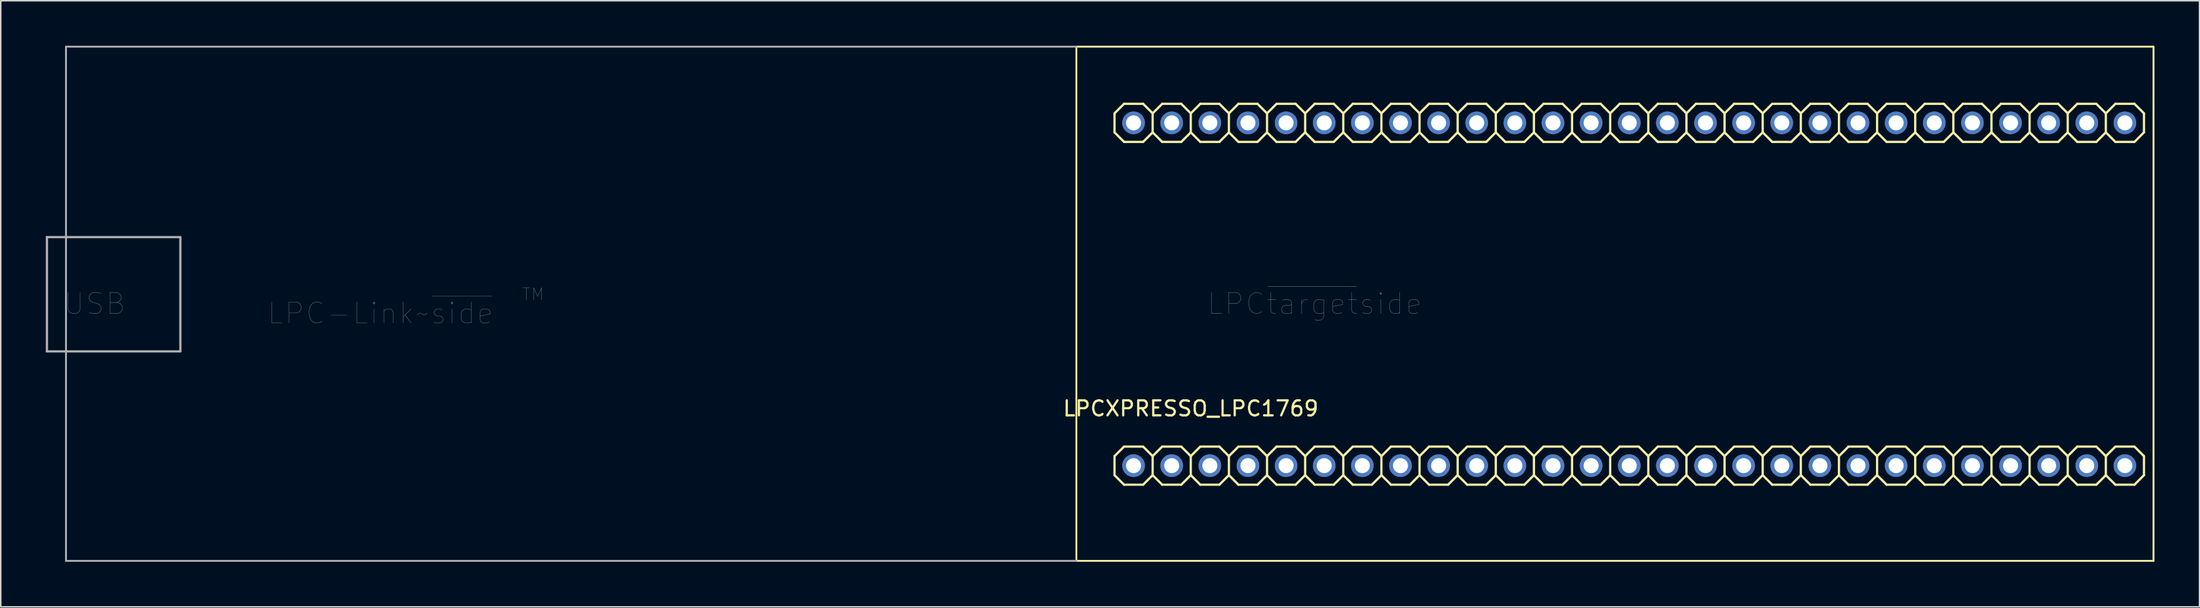
<source format=kicad_pcb>
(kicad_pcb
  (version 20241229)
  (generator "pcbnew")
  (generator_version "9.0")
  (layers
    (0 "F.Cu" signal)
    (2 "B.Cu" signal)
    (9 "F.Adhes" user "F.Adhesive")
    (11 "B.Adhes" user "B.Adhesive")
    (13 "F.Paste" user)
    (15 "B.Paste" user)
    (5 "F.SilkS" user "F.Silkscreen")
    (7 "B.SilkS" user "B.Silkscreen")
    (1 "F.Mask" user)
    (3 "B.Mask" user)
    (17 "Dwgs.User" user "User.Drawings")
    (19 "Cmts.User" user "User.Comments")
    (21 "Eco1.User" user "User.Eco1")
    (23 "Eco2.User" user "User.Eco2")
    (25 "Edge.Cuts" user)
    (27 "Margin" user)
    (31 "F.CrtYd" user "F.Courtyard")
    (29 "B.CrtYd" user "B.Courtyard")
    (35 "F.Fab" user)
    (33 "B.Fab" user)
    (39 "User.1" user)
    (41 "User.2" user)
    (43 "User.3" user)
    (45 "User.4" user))
  (footprint "LPCXPRESSO_LPC1769"
    (layer "F.Cu")
    (at 38.811 22.288)
    (property "Reference" "LPCXPRESSO_LPC1769" (at 37.465 1.905 180) (layer "F.SilkS") (effects (font (size 1 1) (thickness 0.15))))
    (attr through_hole)
    (fp_line (start 29.845 -22.225) (end 101.6 -22.225) (stroke (width 0.127) (type solid)) (layer "F.SilkS"))
    (fp_line (start 29.845 12.065) (end 29.845 -22.225) (stroke (width 0.12) (type solid)) (layer "F.SilkS"))
    (fp_line (start 32.385 -17.78) (end 33.02 -18.415) (stroke (width 0.152) (type solid)) (layer "F.SilkS"))
    (fp_line (start 32.385 -16.51) (end 32.385 -17.78) (stroke (width 0.152) (type solid)) (layer "F.SilkS"))
    (fp_line (start 32.385 -16.51) (end 33.02 -15.875) (stroke (width 0.152) (type solid)) (layer "F.SilkS"))
    (fp_line (start 32.385 5.08) (end 33.02 4.445) (stroke (width 0.152) (type solid)) (layer "F.SilkS"))
    (fp_line (start 32.385 6.35) (end 32.385 5.08) (stroke (width 0.152) (type solid)) (layer "F.SilkS"))
    (fp_line (start 32.385 6.35) (end 33.02 6.985) (stroke (width 0.152) (type solid)) (layer "F.SilkS"))
    (fp_line (start 33.02 -18.415) (end 34.29 -18.415) (stroke (width 0.152) (type solid)) (layer "F.SilkS"))
    (fp_line (start 33.02 -15.875) (end 34.29 -15.875) (stroke (width 0.152) (type solid)) (layer "F.SilkS"))
    (fp_line (start 33.02 4.445) (end 34.29 4.445) (stroke (width 0.152) (type solid)) (layer "F.SilkS"))
    (fp_line (start 33.02 6.985) (end 34.29 6.985) (stroke (width 0.152) (type solid)) (layer "F.SilkS"))
    (fp_line (start 34.29 -18.415) (end 34.925 -17.78) (stroke (width 0.152) (type solid)) (layer "F.SilkS"))
    (fp_line (start 34.29 -15.875) (end 34.925 -16.51) (stroke (width 0.152) (type solid)) (layer "F.SilkS"))
    (fp_line (start 34.29 4.445) (end 34.925 5.08) (stroke (width 0.152) (type solid)) (layer "F.SilkS"))
    (fp_line (start 34.29 6.985) (end 34.925 6.35) (stroke (width 0.152) (type solid)) (layer "F.SilkS"))
    (fp_line (start 34.925 -17.78) (end 34.925 -16.51) (stroke (width 0.152) (type solid)) (layer "F.SilkS"))
    (fp_line (start 34.925 -17.78) (end 35.56 -18.415) (stroke (width 0.152) (type solid)) (layer "F.SilkS"))
    (fp_line (start 34.925 -16.51) (end 35.56 -15.875) (stroke (width 0.152) (type solid)) (layer "F.SilkS"))
    (fp_line (start 34.925 5.08) (end 34.925 6.35) (stroke (width 0.152) (type solid)) (layer "F.SilkS"))
    (fp_line (start 34.925 5.08) (end 35.56 4.445) (stroke (width 0.152) (type solid)) (layer "F.SilkS"))
    (fp_line (start 34.925 6.35) (end 35.56 6.985) (stroke (width 0.152) (type solid)) (layer "F.SilkS"))
    (fp_line (start 35.56 -18.415) (end 36.83 -18.415) (stroke (width 0.152) (type solid)) (layer "F.SilkS"))
    (fp_line (start 35.56 -15.875) (end 36.83 -15.875) (stroke (width 0.152) (type solid)) (layer "F.SilkS"))
    (fp_line (start 35.56 4.445) (end 36.83 4.445) (stroke (width 0.152) (type solid)) (layer "F.SilkS"))
    (fp_line (start 35.56 6.985) (end 36.83 6.985) (stroke (width 0.152) (type solid)) (layer "F.SilkS"))
    (fp_line (start 36.83 -18.415) (end 37.465 -17.78) (stroke (width 0.152) (type solid)) (layer "F.SilkS"))
    (fp_line (start 36.83 -15.875) (end 37.465 -16.51) (stroke (width 0.152) (type solid)) (layer "F.SilkS"))
    (fp_line (start 36.83 4.445) (end 37.465 5.08) (stroke (width 0.152) (type solid)) (layer "F.SilkS"))
    (fp_line (start 36.83 6.985) (end 37.465 6.35) (stroke (width 0.152) (type solid)) (layer "F.SilkS"))
    (fp_line (start 37.465 -17.78) (end 37.465 -16.51) (stroke (width 0.152) (type solid)) (layer "F.SilkS"))
    (fp_line (start 37.465 -17.78) (end 38.1 -18.415) (stroke (width 0.152) (type solid)) (layer "F.SilkS"))
    (fp_line (start 37.465 -16.51) (end 38.1 -15.875) (stroke (width 0.152) (type solid)) (layer "F.SilkS"))
    (fp_line (start 37.465 5.08) (end 37.465 6.35) (stroke (width 0.152) (type solid)) (layer "F.SilkS"))
    (fp_line (start 37.465 5.08) (end 38.1 4.445) (stroke (width 0.152) (type solid)) (layer "F.SilkS"))
    (fp_line (start 37.465 6.35) (end 38.1 6.985) (stroke (width 0.152) (type solid)) (layer "F.SilkS"))
    (fp_line (start 38.1 -18.415) (end 39.37 -18.415) (stroke (width 0.152) (type solid)) (layer "F.SilkS"))
    (fp_line (start 38.1 -15.875) (end 39.37 -15.875) (stroke (width 0.152) (type solid)) (layer "F.SilkS"))
    (fp_line (start 38.1 4.445) (end 39.37 4.445) (stroke (width 0.152) (type solid)) (layer "F.SilkS"))
    (fp_line (start 38.1 6.985) (end 39.37 6.985) (stroke (width 0.152) (type solid)) (layer "F.SilkS"))
    (fp_line (start 39.37 -18.415) (end 40.005 -17.78) (stroke (width 0.152) (type solid)) (layer "F.SilkS"))
    (fp_line (start 39.37 -15.875) (end 40.005 -16.51) (stroke (width 0.152) (type solid)) (layer "F.SilkS"))
    (fp_line (start 39.37 4.445) (end 40.005 5.08) (stroke (width 0.152) (type solid)) (layer "F.SilkS"))
    (fp_line (start 39.37 6.985) (end 40.005 6.35) (stroke (width 0.152) (type solid)) (layer "F.SilkS"))
    (fp_line (start 40.005 -17.78) (end 40.005 -16.51) (stroke (width 0.152) (type solid)) (layer "F.SilkS"))
    (fp_line (start 40.005 -17.78) (end 40.64 -18.415) (stroke (width 0.152) (type solid)) (layer "F.SilkS"))
    (fp_line (start 40.005 -16.51) (end 40.64 -15.875) (stroke (width 0.152) (type solid)) (layer "F.SilkS"))
    (fp_line (start 40.005 5.08) (end 40.005 6.35) (stroke (width 0.152) (type solid)) (layer "F.SilkS"))
    (fp_line (start 40.005 5.08) (end 40.64 4.445) (stroke (width 0.152) (type solid)) (layer "F.SilkS"))
    (fp_line (start 40.005 6.35) (end 40.64 6.985) (stroke (width 0.152) (type solid)) (layer "F.SilkS"))
    (fp_line (start 40.64 -18.415) (end 41.91 -18.415) (stroke (width 0.152) (type solid)) (layer "F.SilkS"))
    (fp_line (start 40.64 -15.875) (end 41.91 -15.875) (stroke (width 0.152) (type solid)) (layer "F.SilkS"))
    (fp_line (start 40.64 4.445) (end 41.91 4.445) (stroke (width 0.152) (type solid)) (layer "F.SilkS"))
    (fp_line (start 40.64 6.985) (end 41.91 6.985) (stroke (width 0.152) (type solid)) (layer "F.SilkS"))
    (fp_line (start 41.91 -18.415) (end 42.545 -17.78) (stroke (width 0.152) (type solid)) (layer "F.SilkS"))
    (fp_line (start 41.91 -15.875) (end 42.545 -16.51) (stroke (width 0.152) (type solid)) (layer "F.SilkS"))
    (fp_line (start 41.91 4.445) (end 42.545 5.08) (stroke (width 0.152) (type solid)) (layer "F.SilkS"))
    (fp_line (start 41.91 6.985) (end 42.545 6.35) (stroke (width 0.152) (type solid)) (layer "F.SilkS"))
    (fp_line (start 42.545 -17.78) (end 42.545 -16.51) (stroke (width 0.152) (type solid)) (layer "F.SilkS"))
    (fp_line (start 42.545 -17.78) (end 43.18 -18.415) (stroke (width 0.152) (type solid)) (layer "F.SilkS"))
    (fp_line (start 42.545 -16.51) (end 43.18 -15.875) (stroke (width 0.152) (type solid)) (layer "F.SilkS"))
    (fp_line (start 42.545 5.08) (end 42.545 6.35) (stroke (width 0.152) (type solid)) (layer "F.SilkS"))
    (fp_line (start 42.545 5.08) (end 43.18 4.445) (stroke (width 0.152) (type solid)) (layer "F.SilkS"))
    (fp_line (start 42.545 6.35) (end 43.18 6.985) (stroke (width 0.152) (type solid)) (layer "F.SilkS"))
    (fp_line (start 43.18 -18.415) (end 44.45 -18.415) (stroke (width 0.152) (type solid)) (layer "F.SilkS"))
    (fp_line (start 43.18 -15.875) (end 44.45 -15.875) (stroke (width 0.152) (type solid)) (layer "F.SilkS"))
    (fp_line (start 43.18 4.445) (end 44.45 4.445) (stroke (width 0.152) (type solid)) (layer "F.SilkS"))
    (fp_line (start 43.18 6.985) (end 44.45 6.985) (stroke (width 0.152) (type solid)) (layer "F.SilkS"))
    (fp_line (start 44.45 -18.415) (end 45.085 -17.78) (stroke (width 0.152) (type solid)) (layer "F.SilkS"))
    (fp_line (start 44.45 -15.875) (end 45.085 -16.51) (stroke (width 0.152) (type solid)) (layer "F.SilkS"))
    (fp_line (start 44.45 4.445) (end 45.085 5.08) (stroke (width 0.152) (type solid)) (layer "F.SilkS"))
    (fp_line (start 44.45 6.985) (end 45.085 6.35) (stroke (width 0.152) (type solid)) (layer "F.SilkS"))
    (fp_line (start 45.085 -17.78) (end 45.085 -16.51) (stroke (width 0.152) (type solid)) (layer "F.SilkS"))
    (fp_line (start 45.085 -17.78) (end 45.72 -18.415) (stroke (width 0.152) (type solid)) (layer "F.SilkS"))
    (fp_line (start 45.085 -16.51) (end 45.72 -15.875) (stroke (width 0.152) (type solid)) (layer "F.SilkS"))
    (fp_line (start 45.085 5.08) (end 45.085 6.35) (stroke (width 0.152) (type solid)) (layer "F.SilkS"))
    (fp_line (start 45.085 5.08) (end 45.72 4.445) (stroke (width 0.152) (type solid)) (layer "F.SilkS"))
    (fp_line (start 45.085 6.35) (end 45.72 6.985) (stroke (width 0.152) (type solid)) (layer "F.SilkS"))
    (fp_line (start 45.72 -18.415) (end 46.99 -18.415) (stroke (width 0.152) (type solid)) (layer "F.SilkS"))
    (fp_line (start 45.72 -15.875) (end 46.99 -15.875) (stroke (width 0.152) (type solid)) (layer "F.SilkS"))
    (fp_line (start 45.72 4.445) (end 46.99 4.445) (stroke (width 0.152) (type solid)) (layer "F.SilkS"))
    (fp_line (start 45.72 6.985) (end 46.99 6.985) (stroke (width 0.152) (type solid)) (layer "F.SilkS"))
    (fp_line (start 46.99 -18.415) (end 47.625 -17.78) (stroke (width 0.152) (type solid)) (layer "F.SilkS"))
    (fp_line (start 46.99 -15.875) (end 47.625 -16.51) (stroke (width 0.152) (type solid)) (layer "F.SilkS"))
    (fp_line (start 46.99 4.445) (end 47.625 5.08) (stroke (width 0.152) (type solid)) (layer "F.SilkS"))
    (fp_line (start 46.99 6.985) (end 47.625 6.35) (stroke (width 0.152) (type solid)) (layer "F.SilkS"))
    (fp_line (start 47.625 -17.78) (end 47.625 -16.51) (stroke (width 0.152) (type solid)) (layer "F.SilkS"))
    (fp_line (start 47.625 -17.78) (end 48.26 -18.415) (stroke (width 0.152) (type solid)) (layer "F.SilkS"))
    (fp_line (start 47.625 -16.51) (end 48.26 -15.875) (stroke (width 0.152) (type solid)) (layer "F.SilkS"))
    (fp_line (start 47.625 5.08) (end 47.625 6.35) (stroke (width 0.152) (type solid)) (layer "F.SilkS"))
    (fp_line (start 47.625 5.08) (end 48.26 4.445) (stroke (width 0.152) (type solid)) (layer "F.SilkS"))
    (fp_line (start 47.625 6.35) (end 48.26 6.985) (stroke (width 0.152) (type solid)) (layer "F.SilkS"))
    (fp_line (start 48.26 -18.415) (end 49.53 -18.415) (stroke (width 0.152) (type solid)) (layer "F.SilkS"))
    (fp_line (start 48.26 -15.875) (end 49.53 -15.875) (stroke (width 0.152) (type solid)) (layer "F.SilkS"))
    (fp_line (start 48.26 4.445) (end 49.53 4.445) (stroke (width 0.152) (type solid)) (layer "F.SilkS"))
    (fp_line (start 48.26 6.985) (end 49.53 6.985) (stroke (width 0.152) (type solid)) (layer "F.SilkS"))
    (fp_line (start 49.53 -18.415) (end 50.165 -17.78) (stroke (width 0.152) (type solid)) (layer "F.SilkS"))
    (fp_line (start 49.53 4.445) (end 50.165 5.08) (stroke (width 0.152) (type solid)) (layer "F.SilkS"))
    (fp_line (start 50.165 -17.78) (end 50.165 -16.51) (stroke (width 0.152) (type solid)) (layer "F.SilkS"))
    (fp_line (start 50.165 -17.78) (end 50.8 -18.415) (stroke (width 0.152) (type solid)) (layer "F.SilkS"))
    (fp_line (start 50.165 -16.51) (end 49.53 -15.875) (stroke (width 0.152) (type solid)) (layer "F.SilkS"))
    (fp_line (start 50.165 -16.51) (end 50.8 -15.875) (stroke (width 0.152) (type solid)) (layer "F.SilkS"))
    (fp_line (start 50.165 5.08) (end 50.165 6.35) (stroke (width 0.152) (type solid)) (layer "F.SilkS"))
    (fp_line (start 50.165 5.08) (end 50.8 4.445) (stroke (width 0.152) (type solid)) (layer "F.SilkS"))
    (fp_line (start 50.165 6.35) (end 49.53 6.985) (stroke (width 0.152) (type solid)) (layer "F.SilkS"))
    (fp_line (start 50.165 6.35) (end 50.8 6.985) (stroke (width 0.152) (type solid)) (layer "F.SilkS"))
    (fp_line (start 50.8 -18.415) (end 52.07 -18.415) (stroke (width 0.152) (type solid)) (layer "F.SilkS"))
    (fp_line (start 50.8 -15.875) (end 52.07 -15.875) (stroke (width 0.152) (type solid)) (layer "F.SilkS"))
    (fp_line (start 50.8 4.445) (end 52.07 4.445) (stroke (width 0.152) (type solid)) (layer "F.SilkS"))
    (fp_line (start 50.8 6.985) (end 52.07 6.985) (stroke (width 0.152) (type solid)) (layer "F.SilkS"))
    (fp_line (start 52.07 -18.415) (end 52.705 -17.78) (stroke (width 0.152) (type solid)) (layer "F.SilkS"))
    (fp_line (start 52.07 4.445) (end 52.705 5.08) (stroke (width 0.152) (type solid)) (layer "F.SilkS"))
    (fp_line (start 52.705 -17.78) (end 52.705 -16.51) (stroke (width 0.152) (type solid)) (layer "F.SilkS"))
    (fp_line (start 52.705 -17.78) (end 53.34 -18.415) (stroke (width 0.152) (type solid)) (layer "F.SilkS"))
    (fp_line (start 52.705 -16.51) (end 52.07 -15.875) (stroke (width 0.152) (type solid)) (layer "F.SilkS"))
    (fp_line (start 52.705 -16.51) (end 53.34 -15.875) (stroke (width 0.152) (type solid)) (layer "F.SilkS"))
    (fp_line (start 52.705 5.08) (end 52.705 6.35) (stroke (width 0.152) (type solid)) (layer "F.SilkS"))
    (fp_line (start 52.705 5.08) (end 53.34 4.445) (stroke (width 0.152) (type solid)) (layer "F.SilkS"))
    (fp_line (start 52.705 6.35) (end 52.07 6.985) (stroke (width 0.152) (type solid)) (layer "F.SilkS"))
    (fp_line (start 52.705 6.35) (end 53.34 6.985) (stroke (width 0.152) (type solid)) (layer "F.SilkS"))
    (fp_line (start 53.34 -18.415) (end 54.61 -18.415) (stroke (width 0.152) (type solid)) (layer "F.SilkS"))
    (fp_line (start 53.34 -15.875) (end 54.61 -15.875) (stroke (width 0.152) (type solid)) (layer "F.SilkS"))
    (fp_line (start 53.34 4.445) (end 54.61 4.445) (stroke (width 0.152) (type solid)) (layer "F.SilkS"))
    (fp_line (start 53.34 6.985) (end 54.61 6.985) (stroke (width 0.152) (type solid)) (layer "F.SilkS"))
    (fp_line (start 54.61 -18.415) (end 55.245 -17.78) (stroke (width 0.152) (type solid)) (layer "F.SilkS"))
    (fp_line (start 54.61 4.445) (end 55.245 5.08) (stroke (width 0.152) (type solid)) (layer "F.SilkS"))
    (fp_line (start 55.245 -17.78) (end 55.245 -16.51) (stroke (width 0.152) (type solid)) (layer "F.SilkS"))
    (fp_line (start 55.245 -17.78) (end 55.88 -18.415) (stroke (width 0.152) (type solid)) (layer "F.SilkS"))
    (fp_line (start 55.245 -16.51) (end 54.61 -15.875) (stroke (width 0.152) (type solid)) (layer "F.SilkS"))
    (fp_line (start 55.245 -16.51) (end 55.88 -15.875) (stroke (width 0.152) (type solid)) (layer "F.SilkS"))
    (fp_line (start 55.245 5.08) (end 55.245 6.35) (stroke (width 0.152) (type solid)) (layer "F.SilkS"))
    (fp_line (start 55.245 5.08) (end 55.88 4.445) (stroke (width 0.152) (type solid)) (layer "F.SilkS"))
    (fp_line (start 55.245 6.35) (end 54.61 6.985) (stroke (width 0.152) (type solid)) (layer "F.SilkS"))
    (fp_line (start 55.245 6.35) (end 55.88 6.985) (stroke (width 0.152) (type solid)) (layer "F.SilkS"))
    (fp_line (start 55.88 -18.415) (end 57.15 -18.415) (stroke (width 0.152) (type solid)) (layer "F.SilkS"))
    (fp_line (start 55.88 -15.875) (end 57.15 -15.875) (stroke (width 0.152) (type solid)) (layer "F.SilkS"))
    (fp_line (start 55.88 4.445) (end 57.15 4.445) (stroke (width 0.152) (type solid)) (layer "F.SilkS"))
    (fp_line (start 55.88 6.985) (end 57.15 6.985) (stroke (width 0.152) (type solid)) (layer "F.SilkS"))
    (fp_line (start 57.15 -18.415) (end 57.785 -17.78) (stroke (width 0.152) (type solid)) (layer "F.SilkS"))
    (fp_line (start 57.15 4.445) (end 57.785 5.08) (stroke (width 0.152) (type solid)) (layer "F.SilkS"))
    (fp_line (start 57.785 -17.78) (end 57.785 -16.51) (stroke (width 0.152) (type solid)) (layer "F.SilkS"))
    (fp_line (start 57.785 -17.78) (end 58.42 -18.415) (stroke (width 0.152) (type solid)) (layer "F.SilkS"))
    (fp_line (start 57.785 -16.51) (end 57.15 -15.875) (stroke (width 0.152) (type solid)) (layer "F.SilkS"))
    (fp_line (start 57.785 -16.51) (end 58.42 -15.875) (stroke (width 0.152) (type solid)) (layer "F.SilkS"))
    (fp_line (start 57.785 5.08) (end 57.785 6.35) (stroke (width 0.152) (type solid)) (layer "F.SilkS"))
    (fp_line (start 57.785 5.08) (end 58.42 4.445) (stroke (width 0.152) (type solid)) (layer "F.SilkS"))
    (fp_line (start 57.785 6.35) (end 57.15 6.985) (stroke (width 0.152) (type solid)) (layer "F.SilkS"))
    (fp_line (start 57.785 6.35) (end 58.42 6.985) (stroke (width 0.152) (type solid)) (layer "F.SilkS"))
    (fp_line (start 58.42 -18.415) (end 59.69 -18.415) (stroke (width 0.152) (type solid)) (layer "F.SilkS"))
    (fp_line (start 58.42 -15.875) (end 59.69 -15.875) (stroke (width 0.152) (type solid)) (layer "F.SilkS"))
    (fp_line (start 58.42 4.445) (end 59.69 4.445) (stroke (width 0.152) (type solid)) (layer "F.SilkS"))
    (fp_line (start 58.42 6.985) (end 59.69 6.985) (stroke (width 0.152) (type solid)) (layer "F.SilkS"))
    (fp_line (start 59.69 -18.415) (end 60.325 -17.78) (stroke (width 0.152) (type solid)) (layer "F.SilkS"))
    (fp_line (start 59.69 -15.875) (end 60.325 -16.51) (stroke (width 0.152) (type solid)) (layer "F.SilkS"))
    (fp_line (start 59.69 4.445) (end 60.325 5.08) (stroke (width 0.152) (type solid)) (layer "F.SilkS"))
    (fp_line (start 59.69 6.985) (end 60.325 6.35) (stroke (width 0.152) (type solid)) (layer "F.SilkS"))
    (fp_line (start 60.325 -17.78) (end 60.325 -16.51) (stroke (width 0.152) (type solid)) (layer "F.SilkS"))
    (fp_line (start 60.325 -17.78) (end 60.96 -18.415) (stroke (width 0.152) (type solid)) (layer "F.SilkS"))
    (fp_line (start 60.325 -16.51) (end 60.96 -15.875) (stroke (width 0.152) (type solid)) (layer "F.SilkS"))
    (fp_line (start 60.325 5.08) (end 60.325 6.35) (stroke (width 0.152) (type solid)) (layer "F.SilkS"))
    (fp_line (start 60.325 5.08) (end 60.96 4.445) (stroke (width 0.152) (type solid)) (layer "F.SilkS"))
    (fp_line (start 60.325 6.35) (end 60.96 6.985) (stroke (width 0.152) (type solid)) (layer "F.SilkS"))
    (fp_line (start 60.96 -18.415) (end 62.23 -18.415) (stroke (width 0.152) (type solid)) (layer "F.SilkS"))
    (fp_line (start 60.96 -15.875) (end 62.23 -15.875) (stroke (width 0.152) (type solid)) (layer "F.SilkS"))
    (fp_line (start 60.96 4.445) (end 62.23 4.445) (stroke (width 0.152) (type solid)) (layer "F.SilkS"))
    (fp_line (start 60.96 6.985) (end 62.23 6.985) (stroke (width 0.152) (type solid)) (layer "F.SilkS"))
    (fp_line (start 62.23 -18.415) (end 62.865 -17.78) (stroke (width 0.152) (type solid)) (layer "F.SilkS"))
    (fp_line (start 62.23 -15.875) (end 62.865 -16.51) (stroke (width 0.152) (type solid)) (layer "F.SilkS"))
    (fp_line (start 62.23 4.445) (end 62.865 5.08) (stroke (width 0.152) (type solid)) (layer "F.SilkS"))
    (fp_line (start 62.23 6.985) (end 62.865 6.35) (stroke (width 0.152) (type solid)) (layer "F.SilkS"))
    (fp_line (start 62.865 -17.78) (end 62.865 -16.51) (stroke (width 0.152) (type solid)) (layer "F.SilkS"))
    (fp_line (start 62.865 -17.78) (end 63.5 -18.415) (stroke (width 0.152) (type solid)) (layer "F.SilkS"))
    (fp_line (start 62.865 -16.51) (end 63.5 -15.875) (stroke (width 0.152) (type solid)) (layer "F.SilkS"))
    (fp_line (start 62.865 5.08) (end 62.865 6.35) (stroke (width 0.152) (type solid)) (layer "F.SilkS"))
    (fp_line (start 62.865 5.08) (end 63.5 4.445) (stroke (width 0.152) (type solid)) (layer "F.SilkS"))
    (fp_line (start 62.865 6.35) (end 63.5 6.985) (stroke (width 0.152) (type solid)) (layer "F.SilkS"))
    (fp_line (start 63.5 -18.415) (end 64.77 -18.415) (stroke (width 0.152) (type solid)) (layer "F.SilkS"))
    (fp_line (start 63.5 -15.875) (end 64.77 -15.875) (stroke (width 0.152) (type solid)) (layer "F.SilkS"))
    (fp_line (start 63.5 4.445) (end 64.77 4.445) (stroke (width 0.152) (type solid)) (layer "F.SilkS"))
    (fp_line (start 63.5 6.985) (end 64.77 6.985) (stroke (width 0.152) (type solid)) (layer "F.SilkS"))
    (fp_line (start 64.77 -18.415) (end 65.405 -17.78) (stroke (width 0.152) (type solid)) (layer "F.SilkS"))
    (fp_line (start 64.77 -15.875) (end 65.405 -16.51) (stroke (width 0.152) (type solid)) (layer "F.SilkS"))
    (fp_line (start 64.77 4.445) (end 65.405 5.08) (stroke (width 0.152) (type solid)) (layer "F.SilkS"))
    (fp_line (start 64.77 6.985) (end 65.405 6.35) (stroke (width 0.152) (type solid)) (layer "F.SilkS"))
    (fp_line (start 65.405 -17.78) (end 65.405 -16.51) (stroke (width 0.152) (type solid)) (layer "F.SilkS"))
    (fp_line (start 65.405 -17.78) (end 66.04 -18.415) (stroke (width 0.152) (type solid)) (layer "F.SilkS"))
    (fp_line (start 65.405 -16.51) (end 66.04 -15.875) (stroke (width 0.152) (type solid)) (layer "F.SilkS"))
    (fp_line (start 65.405 5.08) (end 65.405 6.35) (stroke (width 0.152) (type solid)) (layer "F.SilkS"))
    (fp_line (start 65.405 5.08) (end 66.04 4.445) (stroke (width 0.152) (type solid)) (layer "F.SilkS"))
    (fp_line (start 65.405 6.35) (end 66.04 6.985) (stroke (width 0.152) (type solid)) (layer "F.SilkS"))
    (fp_line (start 66.04 -18.415) (end 67.31 -18.415) (stroke (width 0.152) (type solid)) (layer "F.SilkS"))
    (fp_line (start 66.04 -15.875) (end 67.31 -15.875) (stroke (width 0.152) (type solid)) (layer "F.SilkS"))
    (fp_line (start 66.04 4.445) (end 67.31 4.445) (stroke (width 0.152) (type solid)) (layer "F.SilkS"))
    (fp_line (start 66.04 6.985) (end 67.31 6.985) (stroke (width 0.152) (type solid)) (layer "F.SilkS"))
    (fp_line (start 67.31 -18.415) (end 67.945 -17.78) (stroke (width 0.152) (type solid)) (layer "F.SilkS"))
    (fp_line (start 67.31 -15.875) (end 67.945 -16.51) (stroke (width 0.152) (type solid)) (layer "F.SilkS"))
    (fp_line (start 67.31 4.445) (end 67.945 5.08) (stroke (width 0.152) (type solid)) (layer "F.SilkS"))
    (fp_line (start 67.31 6.985) (end 67.945 6.35) (stroke (width 0.152) (type solid)) (layer "F.SilkS"))
    (fp_line (start 67.945 -17.78) (end 67.945 -16.51) (stroke (width 0.152) (type solid)) (layer "F.SilkS"))
    (fp_line (start 67.945 -17.78) (end 68.58 -18.415) (stroke (width 0.152) (type solid)) (layer "F.SilkS"))
    (fp_line (start 67.945 -16.51) (end 68.58 -15.875) (stroke (width 0.152) (type solid)) (layer "F.SilkS"))
    (fp_line (start 67.945 5.08) (end 67.945 6.35) (stroke (width 0.152) (type solid)) (layer "F.SilkS"))
    (fp_line (start 67.945 5.08) (end 68.58 4.445) (stroke (width 0.152) (type solid)) (layer "F.SilkS"))
    (fp_line (start 67.945 6.35) (end 68.58 6.985) (stroke (width 0.152) (type solid)) (layer "F.SilkS"))
    (fp_line (start 68.58 -18.415) (end 69.85 -18.415) (stroke (width 0.152) (type solid)) (layer "F.SilkS"))
    (fp_line (start 68.58 -15.875) (end 69.85 -15.875) (stroke (width 0.152) (type solid)) (layer "F.SilkS"))
    (fp_line (start 68.58 4.445) (end 69.85 4.445) (stroke (width 0.152) (type solid)) (layer "F.SilkS"))
    (fp_line (start 68.58 6.985) (end 69.85 6.985) (stroke (width 0.152) (type solid)) (layer "F.SilkS"))
    (fp_line (start 69.85 -18.415) (end 70.485 -17.78) (stroke (width 0.152) (type solid)) (layer "F.SilkS"))
    (fp_line (start 69.85 -15.875) (end 70.485 -16.51) (stroke (width 0.152) (type solid)) (layer "F.SilkS"))
    (fp_line (start 69.85 4.445) (end 70.485 5.08) (stroke (width 0.152) (type solid)) (layer "F.SilkS"))
    (fp_line (start 69.85 6.985) (end 70.485 6.35) (stroke (width 0.152) (type solid)) (layer "F.SilkS"))
    (fp_line (start 70.485 -17.78) (end 70.485 -16.51) (stroke (width 0.152) (type solid)) (layer "F.SilkS"))
    (fp_line (start 70.485 -17.78) (end 71.12 -18.415) (stroke (width 0.152) (type solid)) (layer "F.SilkS"))
    (fp_line (start 70.485 -16.51) (end 71.12 -15.875) (stroke (width 0.152) (type solid)) (layer "F.SilkS"))
    (fp_line (start 70.485 5.08) (end 70.485 6.35) (stroke (width 0.152) (type solid)) (layer "F.SilkS"))
    (fp_line (start 70.485 5.08) (end 71.12 4.445) (stroke (width 0.152) (type solid)) (layer "F.SilkS"))
    (fp_line (start 70.485 6.35) (end 71.12 6.985) (stroke (width 0.152) (type solid)) (layer "F.SilkS"))
    (fp_line (start 71.12 -18.415) (end 72.39 -18.415) (stroke (width 0.152) (type solid)) (layer "F.SilkS"))
    (fp_line (start 71.12 -15.875) (end 72.39 -15.875) (stroke (width 0.152) (type solid)) (layer "F.SilkS"))
    (fp_line (start 71.12 4.445) (end 72.39 4.445) (stroke (width 0.152) (type solid)) (layer "F.SilkS"))
    (fp_line (start 71.12 6.985) (end 72.39 6.985) (stroke (width 0.152) (type solid)) (layer "F.SilkS"))
    (fp_line (start 72.39 -18.415) (end 73.025 -17.78) (stroke (width 0.152) (type solid)) (layer "F.SilkS"))
    (fp_line (start 72.39 -15.875) (end 73.025 -16.51) (stroke (width 0.152) (type solid)) (layer "F.SilkS"))
    (fp_line (start 72.39 4.445) (end 73.025 5.08) (stroke (width 0.152) (type solid)) (layer "F.SilkS"))
    (fp_line (start 72.39 6.985) (end 73.025 6.35) (stroke (width 0.152) (type solid)) (layer "F.SilkS"))
    (fp_line (start 73.025 -17.78) (end 73.025 -16.51) (stroke (width 0.152) (type solid)) (layer "F.SilkS"))
    (fp_line (start 73.025 -17.78) (end 73.66 -18.415) (stroke (width 0.152) (type solid)) (layer "F.SilkS"))
    (fp_line (start 73.025 -16.51) (end 73.66 -15.875) (stroke (width 0.152) (type solid)) (layer "F.SilkS"))
    (fp_line (start 73.025 5.08) (end 73.025 6.35) (stroke (width 0.152) (type solid)) (layer "F.SilkS"))
    (fp_line (start 73.025 5.08) (end 73.66 4.445) (stroke (width 0.152) (type solid)) (layer "F.SilkS"))
    (fp_line (start 73.025 6.35) (end 73.66 6.985) (stroke (width 0.152) (type solid)) (layer "F.SilkS"))
    (fp_line (start 73.66 -18.415) (end 74.93 -18.415) (stroke (width 0.152) (type solid)) (layer "F.SilkS"))
    (fp_line (start 73.66 -15.875) (end 74.93 -15.875) (stroke (width 0.152) (type solid)) (layer "F.SilkS"))
    (fp_line (start 73.66 4.445) (end 74.93 4.445) (stroke (width 0.152) (type solid)) (layer "F.SilkS"))
    (fp_line (start 73.66 6.985) (end 74.93 6.985) (stroke (width 0.152) (type solid)) (layer "F.SilkS"))
    (fp_line (start 74.93 -18.415) (end 75.565 -17.78) (stroke (width 0.152) (type solid)) (layer "F.SilkS"))
    (fp_line (start 74.93 4.445) (end 75.565 5.08) (stroke (width 0.152) (type solid)) (layer "F.SilkS"))
    (fp_line (start 75.565 -17.78) (end 75.565 -16.51) (stroke (width 0.152) (type solid)) (layer "F.SilkS"))
    (fp_line (start 75.565 -17.78) (end 76.2 -18.415) (stroke (width 0.152) (type solid)) (layer "F.SilkS"))
    (fp_line (start 75.565 -16.51) (end 74.93 -15.875) (stroke (width 0.152) (type solid)) (layer "F.SilkS"))
    (fp_line (start 75.565 -16.51) (end 76.2 -15.875) (stroke (width 0.152) (type solid)) (layer "F.SilkS"))
    (fp_line (start 75.565 5.08) (end 75.565 6.35) (stroke (width 0.152) (type solid)) (layer "F.SilkS"))
    (fp_line (start 75.565 5.08) (end 76.2 4.445) (stroke (width 0.152) (type solid)) (layer "F.SilkS"))
    (fp_line (start 75.565 6.35) (end 74.93 6.985) (stroke (width 0.152) (type solid)) (layer "F.SilkS"))
    (fp_line (start 75.565 6.35) (end 76.2 6.985) (stroke (width 0.152) (type solid)) (layer "F.SilkS"))
    (fp_line (start 76.2 -18.415) (end 77.47 -18.415) (stroke (width 0.152) (type solid)) (layer "F.SilkS"))
    (fp_line (start 76.2 -15.875) (end 77.47 -15.875) (stroke (width 0.152) (type solid)) (layer "F.SilkS"))
    (fp_line (start 76.2 4.445) (end 77.47 4.445) (stroke (width 0.152) (type solid)) (layer "F.SilkS"))
    (fp_line (start 76.2 6.985) (end 77.47 6.985) (stroke (width 0.152) (type solid)) (layer "F.SilkS"))
    (fp_line (start 77.47 -18.415) (end 78.105 -17.78) (stroke (width 0.152) (type solid)) (layer "F.SilkS"))
    (fp_line (start 77.47 4.445) (end 78.105 5.08) (stroke (width 0.152) (type solid)) (layer "F.SilkS"))
    (fp_line (start 78.105 -17.78) (end 78.105 -16.51) (stroke (width 0.152) (type solid)) (layer "F.SilkS"))
    (fp_line (start 78.105 -17.78) (end 78.74 -18.415) (stroke (width 0.152) (type solid)) (layer "F.SilkS"))
    (fp_line (start 78.105 -16.51) (end 77.47 -15.875) (stroke (width 0.152) (type solid)) (layer "F.SilkS"))
    (fp_line (start 78.105 -16.51) (end 78.74 -15.875) (stroke (width 0.152) (type solid)) (layer "F.SilkS"))
    (fp_line (start 78.105 5.08) (end 78.105 6.35) (stroke (width 0.152) (type solid)) (layer "F.SilkS"))
    (fp_line (start 78.105 5.08) (end 78.74 4.445) (stroke (width 0.152) (type solid)) (layer "F.SilkS"))
    (fp_line (start 78.105 6.35) (end 77.47 6.985) (stroke (width 0.152) (type solid)) (layer "F.SilkS"))
    (fp_line (start 78.105 6.35) (end 78.74 6.985) (stroke (width 0.152) (type solid)) (layer "F.SilkS"))
    (fp_line (start 78.74 -18.415) (end 80.01 -18.415) (stroke (width 0.152) (type solid)) (layer "F.SilkS"))
    (fp_line (start 78.74 -15.875) (end 80.01 -15.875) (stroke (width 0.152) (type solid)) (layer "F.SilkS"))
    (fp_line (start 78.74 4.445) (end 80.01 4.445) (stroke (width 0.152) (type solid)) (layer "F.SilkS"))
    (fp_line (start 78.74 6.985) (end 80.01 6.985) (stroke (width 0.152) (type solid)) (layer "F.SilkS"))
    (fp_line (start 80.01 -18.415) (end 80.645 -17.78) (stroke (width 0.152) (type solid)) (layer "F.SilkS"))
    (fp_line (start 80.01 4.445) (end 80.645 5.08) (stroke (width 0.152) (type solid)) (layer "F.SilkS"))
    (fp_line (start 80.645 -17.78) (end 80.645 -16.51) (stroke (width 0.152) (type solid)) (layer "F.SilkS"))
    (fp_line (start 80.645 -17.78) (end 81.28 -18.415) (stroke (width 0.152) (type solid)) (layer "F.SilkS"))
    (fp_line (start 80.645 -16.51) (end 80.01 -15.875) (stroke (width 0.152) (type solid)) (layer "F.SilkS"))
    (fp_line (start 80.645 -16.51) (end 81.28 -15.875) (stroke (width 0.152) (type solid)) (layer "F.SilkS"))
    (fp_line (start 80.645 5.08) (end 80.645 6.35) (stroke (width 0.152) (type solid)) (layer "F.SilkS"))
    (fp_line (start 80.645 5.08) (end 81.28 4.445) (stroke (width 0.152) (type solid)) (layer "F.SilkS"))
    (fp_line (start 80.645 6.35) (end 80.01 6.985) (stroke (width 0.152) (type solid)) (layer "F.SilkS"))
    (fp_line (start 80.645 6.35) (end 81.28 6.985) (stroke (width 0.152) (type solid)) (layer "F.SilkS"))
    (fp_line (start 81.28 -18.415) (end 82.55 -18.415) (stroke (width 0.152) (type solid)) (layer "F.SilkS"))
    (fp_line (start 81.28 -15.875) (end 82.55 -15.875) (stroke (width 0.152) (type solid)) (layer "F.SilkS"))
    (fp_line (start 81.28 4.445) (end 82.55 4.445) (stroke (width 0.152) (type solid)) (layer "F.SilkS"))
    (fp_line (start 81.28 6.985) (end 82.55 6.985) (stroke (width 0.152) (type solid)) (layer "F.SilkS"))
    (fp_line (start 82.55 -18.415) (end 83.185 -17.78) (stroke (width 0.152) (type solid)) (layer "F.SilkS"))
    (fp_line (start 82.55 4.445) (end 83.185 5.08) (stroke (width 0.152) (type solid)) (layer "F.SilkS"))
    (fp_line (start 83.185 -17.78) (end 83.185 -16.51) (stroke (width 0.152) (type solid)) (layer "F.SilkS"))
    (fp_line (start 83.185 -17.78) (end 83.82 -18.415) (stroke (width 0.152) (type solid)) (layer "F.SilkS"))
    (fp_line (start 83.185 -16.51) (end 82.55 -15.875) (stroke (width 0.152) (type solid)) (layer "F.SilkS"))
    (fp_line (start 83.185 -16.51) (end 83.82 -15.875) (stroke (width 0.152) (type solid)) (layer "F.SilkS"))
    (fp_line (start 83.185 5.08) (end 83.185 6.35) (stroke (width 0.152) (type solid)) (layer "F.SilkS"))
    (fp_line (start 83.185 5.08) (end 83.82 4.445) (stroke (width 0.152) (type solid)) (layer "F.SilkS"))
    (fp_line (start 83.185 6.35) (end 82.55 6.985) (stroke (width 0.152) (type solid)) (layer "F.SilkS"))
    (fp_line (start 83.185 6.35) (end 83.82 6.985) (stroke (width 0.152) (type solid)) (layer "F.SilkS"))
    (fp_line (start 83.82 -18.415) (end 85.09 -18.415) (stroke (width 0.152) (type solid)) (layer "F.SilkS"))
    (fp_line (start 83.82 -15.875) (end 85.09 -15.875) (stroke (width 0.152) (type solid)) (layer "F.SilkS"))
    (fp_line (start 83.82 4.445) (end 85.09 4.445) (stroke (width 0.152) (type solid)) (layer "F.SilkS"))
    (fp_line (start 83.82 6.985) (end 85.09 6.985) (stroke (width 0.152) (type solid)) (layer "F.SilkS"))
    (fp_line (start 85.09 -18.415) (end 85.725 -17.78) (stroke (width 0.152) (type solid)) (layer "F.SilkS"))
    (fp_line (start 85.09 -15.875) (end 85.725 -16.51) (stroke (width 0.152) (type solid)) (layer "F.SilkS"))
    (fp_line (start 85.09 4.445) (end 85.725 5.08) (stroke (width 0.152) (type solid)) (layer "F.SilkS"))
    (fp_line (start 85.09 6.985) (end 85.725 6.35) (stroke (width 0.152) (type solid)) (layer "F.SilkS"))
    (fp_line (start 85.725 -17.78) (end 85.725 -16.51) (stroke (width 0.152) (type solid)) (layer "F.SilkS"))
    (fp_line (start 85.725 -17.78) (end 86.36 -18.415) (stroke (width 0.152) (type solid)) (layer "F.SilkS"))
    (fp_line (start 85.725 -16.51) (end 86.36 -15.875) (stroke (width 0.152) (type solid)) (layer "F.SilkS"))
    (fp_line (start 85.725 5.08) (end 85.725 6.35) (stroke (width 0.152) (type solid)) (layer "F.SilkS"))
    (fp_line (start 85.725 5.08) (end 86.36 4.445) (stroke (width 0.152) (type solid)) (layer "F.SilkS"))
    (fp_line (start 85.725 6.35) (end 86.36 6.985) (stroke (width 0.152) (type solid)) (layer "F.SilkS"))
    (fp_line (start 86.36 -18.415) (end 87.63 -18.415) (stroke (width 0.152) (type solid)) (layer "F.SilkS"))
    (fp_line (start 86.36 -15.875) (end 87.63 -15.875) (stroke (width 0.152) (type solid)) (layer "F.SilkS"))
    (fp_line (start 86.36 4.445) (end 87.63 4.445) (stroke (width 0.152) (type solid)) (layer "F.SilkS"))
    (fp_line (start 86.36 6.985) (end 87.63 6.985) (stroke (width 0.152) (type solid)) (layer "F.SilkS"))
    (fp_line (start 87.63 -18.415) (end 88.265 -17.78) (stroke (width 0.152) (type solid)) (layer "F.SilkS"))
    (fp_line (start 87.63 -15.875) (end 88.265 -16.51) (stroke (width 0.152) (type solid)) (layer "F.SilkS"))
    (fp_line (start 87.63 4.445) (end 88.265 5.08) (stroke (width 0.152) (type solid)) (layer "F.SilkS"))
    (fp_line (start 87.63 6.985) (end 88.265 6.35) (stroke (width 0.152) (type solid)) (layer "F.SilkS"))
    (fp_line (start 88.265 -17.78) (end 88.265 -16.51) (stroke (width 0.152) (type solid)) (layer "F.SilkS"))
    (fp_line (start 88.265 -17.78) (end 88.9 -18.415) (stroke (width 0.152) (type solid)) (layer "F.SilkS"))
    (fp_line (start 88.265 -16.51) (end 88.9 -15.875) (stroke (width 0.152) (type solid)) (layer "F.SilkS"))
    (fp_line (start 88.265 5.08) (end 88.265 6.35) (stroke (width 0.152) (type solid)) (layer "F.SilkS"))
    (fp_line (start 88.265 5.08) (end 88.9 4.445) (stroke (width 0.152) (type solid)) (layer "F.SilkS"))
    (fp_line (start 88.265 6.35) (end 88.9 6.985) (stroke (width 0.152) (type solid)) (layer "F.SilkS"))
    (fp_line (start 88.9 -18.415) (end 90.17 -18.415) (stroke (width 0.152) (type solid)) (layer "F.SilkS"))
    (fp_line (start 88.9 -15.875) (end 90.17 -15.875) (stroke (width 0.152) (type solid)) (layer "F.SilkS"))
    (fp_line (start 88.9 4.445) (end 90.17 4.445) (stroke (width 0.152) (type solid)) (layer "F.SilkS"))
    (fp_line (start 88.9 6.985) (end 90.17 6.985) (stroke (width 0.152) (type solid)) (layer "F.SilkS"))
    (fp_line (start 90.17 -18.415) (end 90.805 -17.78) (stroke (width 0.152) (type solid)) (layer "F.SilkS"))
    (fp_line (start 90.17 -15.875) (end 90.805 -16.51) (stroke (width 0.152) (type solid)) (layer "F.SilkS"))
    (fp_line (start 90.17 4.445) (end 90.805 5.08) (stroke (width 0.152) (type solid)) (layer "F.SilkS"))
    (fp_line (start 90.17 6.985) (end 90.805 6.35) (stroke (width 0.152) (type solid)) (layer "F.SilkS"))
    (fp_line (start 90.805 -17.78) (end 90.805 -16.51) (stroke (width 0.152) (type solid)) (layer "F.SilkS"))
    (fp_line (start 90.805 -17.78) (end 91.44 -18.415) (stroke (width 0.152) (type solid)) (layer "F.SilkS"))
    (fp_line (start 90.805 -16.51) (end 91.44 -15.875) (stroke (width 0.152) (type solid)) (layer "F.SilkS"))
    (fp_line (start 90.805 5.08) (end 90.805 6.35) (stroke (width 0.152) (type solid)) (layer "F.SilkS"))
    (fp_line (start 90.805 5.08) (end 91.44 4.445) (stroke (width 0.152) (type solid)) (layer "F.SilkS"))
    (fp_line (start 90.805 6.35) (end 91.44 6.985) (stroke (width 0.152) (type solid)) (layer "F.SilkS"))
    (fp_line (start 91.44 -18.415) (end 92.71 -18.415) (stroke (width 0.152) (type solid)) (layer "F.SilkS"))
    (fp_line (start 91.44 -15.875) (end 92.71 -15.875) (stroke (width 0.152) (type solid)) (layer "F.SilkS"))
    (fp_line (start 91.44 4.445) (end 92.71 4.445) (stroke (width 0.152) (type solid)) (layer "F.SilkS"))
    (fp_line (start 91.44 6.985) (end 92.71 6.985) (stroke (width 0.152) (type solid)) (layer "F.SilkS"))
    (fp_line (start 92.71 -18.415) (end 93.345 -17.78) (stroke (width 0.152) (type solid)) (layer "F.SilkS"))
    (fp_line (start 92.71 -15.875) (end 93.345 -16.51) (stroke (width 0.152) (type solid)) (layer "F.SilkS"))
    (fp_line (start 92.71 4.445) (end 93.345 5.08) (stroke (width 0.152) (type solid)) (layer "F.SilkS"))
    (fp_line (start 92.71 6.985) (end 93.345 6.35) (stroke (width 0.152) (type solid)) (layer "F.SilkS"))
    (fp_line (start 93.345 -17.78) (end 93.345 -16.51) (stroke (width 0.152) (type solid)) (layer "F.SilkS"))
    (fp_line (start 93.345 -17.78) (end 93.98 -18.415) (stroke (width 0.152) (type solid)) (layer "F.SilkS"))
    (fp_line (start 93.345 -16.51) (end 93.98 -15.875) (stroke (width 0.152) (type solid)) (layer "F.SilkS"))
    (fp_line (start 93.345 5.08) (end 93.345 6.35) (stroke (width 0.152) (type solid)) (layer "F.SilkS"))
    (fp_line (start 93.345 5.08) (end 93.98 4.445) (stroke (width 0.152) (type solid)) (layer "F.SilkS"))
    (fp_line (start 93.345 6.35) (end 93.98 6.985) (stroke (width 0.152) (type solid)) (layer "F.SilkS"))
    (fp_line (start 93.98 -18.415) (end 95.25 -18.415) (stroke (width 0.152) (type solid)) (layer "F.SilkS"))
    (fp_line (start 93.98 -15.875) (end 95.25 -15.875) (stroke (width 0.152) (type solid)) (layer "F.SilkS"))
    (fp_line (start 93.98 4.445) (end 95.25 4.445) (stroke (width 0.152) (type solid)) (layer "F.SilkS"))
    (fp_line (start 93.98 6.985) (end 95.25 6.985) (stroke (width 0.152) (type solid)) (layer "F.SilkS"))
    (fp_line (start 95.25 -18.415) (end 95.885 -17.78) (stroke (width 0.152) (type solid)) (layer "F.SilkS"))
    (fp_line (start 95.25 -15.875) (end 95.885 -16.51) (stroke (width 0.152) (type solid)) (layer "F.SilkS"))
    (fp_line (start 95.25 4.445) (end 95.885 5.08) (stroke (width 0.152) (type solid)) (layer "F.SilkS"))
    (fp_line (start 95.25 6.985) (end 95.885 6.35) (stroke (width 0.152) (type solid)) (layer "F.SilkS"))
    (fp_line (start 95.885 -17.78) (end 95.885 -16.51) (stroke (width 0.152) (type solid)) (layer "F.SilkS"))
    (fp_line (start 95.885 -17.78) (end 96.52 -18.415) (stroke (width 0.152) (type solid)) (layer "F.SilkS"))
    (fp_line (start 95.885 -16.51) (end 96.52 -15.875) (stroke (width 0.152) (type solid)) (layer "F.SilkS"))
    (fp_line (start 95.885 5.08) (end 95.885 6.35) (stroke (width 0.152) (type solid)) (layer "F.SilkS"))
    (fp_line (start 95.885 5.08) (end 96.52 4.445) (stroke (width 0.152) (type solid)) (layer "F.SilkS"))
    (fp_line (start 95.885 6.35) (end 96.52 6.985) (stroke (width 0.152) (type solid)) (layer "F.SilkS"))
    (fp_line (start 96.52 -18.415) (end 97.79 -18.415) (stroke (width 0.152) (type solid)) (layer "F.SilkS"))
    (fp_line (start 96.52 -15.875) (end 97.79 -15.875) (stroke (width 0.152) (type solid)) (layer "F.SilkS"))
    (fp_line (start 96.52 4.445) (end 97.79 4.445) (stroke (width 0.152) (type solid)) (layer "F.SilkS"))
    (fp_line (start 96.52 6.985) (end 97.79 6.985) (stroke (width 0.152) (type solid)) (layer "F.SilkS"))
    (fp_line (start 97.79 -18.415) (end 98.425 -17.78) (stroke (width 0.152) (type solid)) (layer "F.SilkS"))
    (fp_line (start 97.79 -15.875) (end 98.425 -16.51) (stroke (width 0.152) (type solid)) (layer "F.SilkS"))
    (fp_line (start 97.79 4.445) (end 98.425 5.08) (stroke (width 0.152) (type solid)) (layer "F.SilkS"))
    (fp_line (start 97.79 6.985) (end 98.425 6.35) (stroke (width 0.152) (type solid)) (layer "F.SilkS"))
    (fp_line (start 98.425 -17.78) (end 98.425 -16.51) (stroke (width 0.152) (type solid)) (layer "F.SilkS"))
    (fp_line (start 98.425 -17.78) (end 99.06 -18.415) (stroke (width 0.152) (type solid)) (layer "F.SilkS"))
    (fp_line (start 98.425 -16.51) (end 99.06 -15.875) (stroke (width 0.152) (type solid)) (layer "F.SilkS"))
    (fp_line (start 98.425 5.08) (end 98.425 6.35) (stroke (width 0.152) (type solid)) (layer "F.SilkS"))
    (fp_line (start 98.425 5.08) (end 99.06 4.445) (stroke (width 0.152) (type solid)) (layer "F.SilkS"))
    (fp_line (start 98.425 6.35) (end 99.06 6.985) (stroke (width 0.152) (type solid)) (layer "F.SilkS"))
    (fp_line (start 99.06 -18.415) (end 100.33 -18.415) (stroke (width 0.152) (type solid)) (layer "F.SilkS"))
    (fp_line (start 99.06 -15.875) (end 100.33 -15.875) (stroke (width 0.152) (type solid)) (layer "F.SilkS"))
    (fp_line (start 99.06 4.445) (end 100.33 4.445) (stroke (width 0.152) (type solid)) (layer "F.SilkS"))
    (fp_line (start 99.06 6.985) (end 100.33 6.985) (stroke (width 0.152) (type solid)) (layer "F.SilkS"))
    (fp_line (start 100.33 -18.415) (end 100.965 -17.78) (stroke (width 0.152) (type solid)) (layer "F.SilkS"))
    (fp_line (start 100.33 4.445) (end 100.965 5.08) (stroke (width 0.152) (type solid)) (layer "F.SilkS"))
    (fp_line (start 100.965 -17.78) (end 100.965 -16.51) (stroke (width 0.152) (type solid)) (layer "F.SilkS"))
    (fp_line (start 100.965 -16.51) (end 100.33 -15.875) (stroke (width 0.152) (type solid)) (layer "F.SilkS"))
    (fp_line (start 100.965 5.08) (end 100.965 6.35) (stroke (width 0.152) (type solid)) (layer "F.SilkS"))
    (fp_line (start 100.965 6.35) (end 100.33 6.985) (stroke (width 0.152) (type solid)) (layer "F.SilkS"))
    (fp_line (start 101.6 -22.225) (end 101.6 12.065) (stroke (width 0.127) (type solid)) (layer "F.SilkS"))
    (fp_line (start 101.6 12.065) (end 29.845 12.065) (stroke (width 0.127) (type solid)) (layer "F.SilkS"))
    (fp_line (start -38.735 -9.525) (end -38.735 -1.905) (stroke (width 0.152) (type solid)) (layer "F.Fab"))
    (fp_line (start -38.735 -1.905) (end -37.465 -1.905) (stroke (width 0.152) (type solid)) (layer "F.Fab"))
    (fp_line (start -37.465 -22.225) (end 29.845 -22.225) (stroke (width 0.127) (type solid)) (layer "F.Fab"))
    (fp_line (start -37.465 -9.525) (end -38.735 -9.525) (stroke (width 0.152) (type solid)) (layer "F.Fab"))
    (fp_line (start -37.465 -9.525) (end -37.465 -22.225) (stroke (width 0.127) (type solid)) (layer "F.Fab"))
    (fp_line (start -37.465 -1.905) (end -37.465 -9.525) (stroke (width 0.127) (type solid)) (layer "F.Fab"))
    (fp_line (start -37.465 -1.905) (end -29.845 -1.905) (stroke (width 0.152) (type solid)) (layer "F.Fab"))
    (fp_line (start -37.465 12.065) (end -37.465 -1.905) (stroke (width 0.127) (type solid)) (layer "F.Fab"))
    (fp_line (start -29.845 -9.525) (end -37.465 -9.525) (stroke (width 0.152) (type solid)) (layer "F.Fab"))
    (fp_line (start -29.845 -9.525) (end -29.845 -1.905) (stroke (width 0.152) (type solid)) (layer "F.Fab"))
    (fp_line (start 29.845 12.065) (end -37.465 12.065) (stroke (width 0.127) (type solid)) (layer "F.Fab"))
    (fp_poly (pts (xy 33.401 -17.399) (xy 33.909 -17.399) (xy 33.909 -16.891) (xy 33.401 -16.891)) (stroke (width 0.01) (type solid)) (fill no) (layer "F.Fab"))
    (fp_poly (pts (xy 33.401 5.461) (xy 33.909 5.461) (xy 33.909 5.969) (xy 33.401 5.969)) (stroke (width 0.01) (type solid)) (fill no) (layer "F.Fab"))
    (fp_poly (pts (xy 35.941 -17.399) (xy 36.449 -17.399) (xy 36.449 -16.891) (xy 35.941 -16.891)) (stroke (width 0.01) (type solid)) (fill no) (layer "F.Fab"))
    (fp_poly (pts (xy 35.941 5.461) (xy 36.449 5.461) (xy 36.449 5.969) (xy 35.941 5.969)) (stroke (width 0.01) (type solid)) (fill no) (layer "F.Fab"))
    (fp_poly (pts (xy 38.481 -17.399) (xy 38.989 -17.399) (xy 38.989 -16.891) (xy 38.481 -16.891)) (stroke (width 0.01) (type solid)) (fill no) (layer "F.Fab"))
    (fp_poly (pts (xy 38.481 5.461) (xy 38.989 5.461) (xy 38.989 5.969) (xy 38.481 5.969)) (stroke (width 0.01) (type solid)) (fill no) (layer "F.Fab"))
    (fp_poly (pts (xy 41.021 -17.399) (xy 41.529 -17.399) (xy 41.529 -16.891) (xy 41.021 -16.891)) (stroke (width 0.01) (type solid)) (fill no) (layer "F.Fab"))
    (fp_poly (pts (xy 41.021 5.461) (xy 41.529 5.461) (xy 41.529 5.969) (xy 41.021 5.969)) (stroke (width 0.01) (type solid)) (fill no) (layer "F.Fab"))
    (fp_poly (pts (xy 43.561 -17.399) (xy 44.069 -17.399) (xy 44.069 -16.891) (xy 43.561 -16.891)) (stroke (width 0.01) (type solid)) (fill no) (layer "F.Fab"))
    (fp_poly (pts (xy 43.561 5.461) (xy 44.069 5.461) (xy 44.069 5.969) (xy 43.561 5.969)) (stroke (width 0.01) (type solid)) (fill no) (layer "F.Fab"))
    (fp_poly (pts (xy 46.101 -17.399) (xy 46.609 -17.399) (xy 46.609 -16.891) (xy 46.101 -16.891)) (stroke (width 0.01) (type solid)) (fill no) (layer "F.Fab"))
    (fp_poly (pts (xy 46.101 5.461) (xy 46.609 5.461) (xy 46.609 5.969) (xy 46.101 5.969)) (stroke (width 0.01) (type solid)) (fill no) (layer "F.Fab"))
    (fp_poly (pts (xy 48.641 -17.399) (xy 49.149 -17.399) (xy 49.149 -16.891) (xy 48.641 -16.891)) (stroke (width 0.01) (type solid)) (fill no) (layer "F.Fab"))
    (fp_poly (pts (xy 48.641 5.461) (xy 49.149 5.461) (xy 49.149 5.969) (xy 48.641 5.969)) (stroke (width 0.01) (type solid)) (fill no) (layer "F.Fab"))
    (fp_poly (pts (xy 51.181 -17.399) (xy 51.689 -17.399) (xy 51.689 -16.891) (xy 51.181 -16.891)) (stroke (width 0.01) (type solid)) (fill no) (layer "F.Fab"))
    (fp_poly (pts (xy 51.181 5.461) (xy 51.689 5.461) (xy 51.689 5.969) (xy 51.181 5.969)) (stroke (width 0.01) (type solid)) (fill no) (layer "F.Fab"))
    (fp_poly (pts (xy 53.721 -17.399) (xy 54.229 -17.399) (xy 54.229 -16.891) (xy 53.721 -16.891)) (stroke (width 0.01) (type solid)) (fill no) (layer "F.Fab"))
    (fp_poly (pts (xy 53.721 5.461) (xy 54.229 5.461) (xy 54.229 5.969) (xy 53.721 5.969)) (stroke (width 0.01) (type solid)) (fill no) (layer "F.Fab"))
    (fp_poly (pts (xy 56.261 -17.399) (xy 56.769 -17.399) (xy 56.769 -16.891) (xy 56.261 -16.891)) (stroke (width 0.01) (type solid)) (fill no) (layer "F.Fab"))
    (fp_poly (pts (xy 56.261 5.461) (xy 56.769 5.461) (xy 56.769 5.969) (xy 56.261 5.969)) (stroke (width 0.01) (type solid)) (fill no) (layer "F.Fab"))
    (fp_poly (pts (xy 58.801 -17.399) (xy 59.309 -17.399) (xy 59.309 -16.891) (xy 58.801 -16.891)) (stroke (width 0.01) (type solid)) (fill no) (layer "F.Fab"))
    (fp_poly (pts (xy 58.801 5.461) (xy 59.309 5.461) (xy 59.309 5.969) (xy 58.801 5.969)) (stroke (width 0.01) (type solid)) (fill no) (layer "F.Fab"))
    (fp_poly (pts (xy 61.341 -17.399) (xy 61.849 -17.399) (xy 61.849 -16.891) (xy 61.341 -16.891)) (stroke (width 0.01) (type solid)) (fill no) (layer "F.Fab"))
    (fp_poly (pts (xy 61.341 5.461) (xy 61.849 5.461) (xy 61.849 5.969) (xy 61.341 5.969)) (stroke (width 0.01) (type solid)) (fill no) (layer "F.Fab"))
    (fp_poly (pts (xy 63.881 -17.399) (xy 64.389 -17.399) (xy 64.389 -16.891) (xy 63.881 -16.891)) (stroke (width 0.01) (type solid)) (fill no) (layer "F.Fab"))
    (fp_poly (pts (xy 63.881 5.461) (xy 64.389 5.461) (xy 64.389 5.969) (xy 63.881 5.969)) (stroke (width 0.01) (type solid)) (fill no) (layer "F.Fab"))
    (fp_poly (pts (xy 66.421 -17.399) (xy 66.929 -17.399) (xy 66.929 -16.891) (xy 66.421 -16.891)) (stroke (width 0.01) (type solid)) (fill no) (layer "F.Fab"))
    (fp_poly (pts (xy 66.421 5.461) (xy 66.929 5.461) (xy 66.929 5.969) (xy 66.421 5.969)) (stroke (width 0.01) (type solid)) (fill no) (layer "F.Fab"))
    (fp_poly (pts (xy 68.961 -17.399) (xy 69.469 -17.399) (xy 69.469 -16.891) (xy 68.961 -16.891)) (stroke (width 0.01) (type solid)) (fill no) (layer "F.Fab"))
    (fp_poly (pts (xy 68.961 5.461) (xy 69.469 5.461) (xy 69.469 5.969) (xy 68.961 5.969)) (stroke (width 0.01) (type solid)) (fill no) (layer "F.Fab"))
    (fp_poly (pts (xy 71.501 -17.399) (xy 72.009 -17.399) (xy 72.009 -16.891) (xy 71.501 -16.891)) (stroke (width 0.01) (type solid)) (fill no) (layer "F.Fab"))
    (fp_poly (pts (xy 71.501 5.461) (xy 72.009 5.461) (xy 72.009 5.969) (xy 71.501 5.969)) (stroke (width 0.01) (type solid)) (fill no) (layer "F.Fab"))
    (fp_poly (pts (xy 74.041 -17.399) (xy 74.549 -17.399) (xy 74.549 -16.891) (xy 74.041 -16.891)) (stroke (width 0.01) (type solid)) (fill no) (layer "F.Fab"))
    (fp_poly (pts (xy 74.041 5.461) (xy 74.549 5.461) (xy 74.549 5.969) (xy 74.041 5.969)) (stroke (width 0.01) (type solid)) (fill no) (layer "F.Fab"))
    (fp_poly (pts (xy 76.581 -17.399) (xy 77.089 -17.399) (xy 77.089 -16.891) (xy 76.581 -16.891)) (stroke (width 0.01) (type solid)) (fill no) (layer "F.Fab"))
    (fp_poly (pts (xy 76.581 5.461) (xy 77.089 5.461) (xy 77.089 5.969) (xy 76.581 5.969)) (stroke (width 0.01) (type solid)) (fill no) (layer "F.Fab"))
    (fp_poly (pts (xy 79.121 -17.399) (xy 79.629 -17.399) (xy 79.629 -16.891) (xy 79.121 -16.891)) (stroke (width 0.01) (type solid)) (fill no) (layer "F.Fab"))
    (fp_poly (pts (xy 79.121 5.461) (xy 79.629 5.461) (xy 79.629 5.969) (xy 79.121 5.969)) (stroke (width 0.01) (type solid)) (fill no) (layer "F.Fab"))
    (fp_poly (pts (xy 81.661 -17.399) (xy 82.169 -17.399) (xy 82.169 -16.891) (xy 81.661 -16.891)) (stroke (width 0.01) (type solid)) (fill no) (layer "F.Fab"))
    (fp_poly (pts (xy 81.661 5.461) (xy 82.169 5.461) (xy 82.169 5.969) (xy 81.661 5.969)) (stroke (width 0.01) (type solid)) (fill no) (layer "F.Fab"))
    (fp_poly (pts (xy 84.201 -17.399) (xy 84.709 -17.399) (xy 84.709 -16.891) (xy 84.201 -16.891)) (stroke (width 0.01) (type solid)) (fill no) (layer "F.Fab"))
    (fp_poly (pts (xy 84.201 5.461) (xy 84.709 5.461) (xy 84.709 5.969) (xy 84.201 5.969)) (stroke (width 0.01) (type solid)) (fill no) (layer "F.Fab"))
    (fp_poly (pts (xy 86.741 -17.399) (xy 87.249 -17.399) (xy 87.249 -16.891) (xy 86.741 -16.891)) (stroke (width 0.01) (type solid)) (fill no) (layer "F.Fab"))
    (fp_poly (pts (xy 86.741 5.461) (xy 87.249 5.461) (xy 87.249 5.969) (xy 86.741 5.969)) (stroke (width 0.01) (type solid)) (fill no) (layer "F.Fab"))
    (fp_poly (pts (xy 89.281 -17.399) (xy 89.789 -17.399) (xy 89.789 -16.891) (xy 89.281 -16.891)) (stroke (width 0.01) (type solid)) (fill no) (layer "F.Fab"))
    (fp_poly (pts (xy 89.281 5.461) (xy 89.789 5.461) (xy 89.789 5.969) (xy 89.281 5.969)) (stroke (width 0.01) (type solid)) (fill no) (layer "F.Fab"))
    (fp_poly (pts (xy 91.821 -17.399) (xy 92.329 -17.399) (xy 92.329 -16.891) (xy 91.821 -16.891)) (stroke (width 0.01) (type solid)) (fill no) (layer "F.Fab"))
    (fp_poly (pts (xy 91.821 5.461) (xy 92.329 5.461) (xy 92.329 5.969) (xy 91.821 5.969)) (stroke (width 0.01) (type solid)) (fill no) (layer "F.Fab"))
    (fp_poly (pts (xy 94.361 -17.399) (xy 94.869 -17.399) (xy 94.869 -16.891) (xy 94.361 -16.891)) (stroke (width 0.01) (type solid)) (fill no) (layer "F.Fab"))
    (fp_poly (pts (xy 94.361 5.461) (xy 94.869 5.461) (xy 94.869 5.969) (xy 94.361 5.969)) (stroke (width 0.01) (type solid)) (fill no) (layer "F.Fab"))
    (fp_poly (pts (xy 96.901 -17.399) (xy 97.409 -17.399) (xy 97.409 -16.891) (xy 96.901 -16.891)) (stroke (width 0.01) (type solid)) (fill no) (layer "F.Fab"))
    (fp_poly (pts (xy 96.901 5.461) (xy 97.409 5.461) (xy 97.409 5.969) (xy 96.901 5.969)) (stroke (width 0.01) (type solid)) (fill no) (layer "F.Fab"))
    (fp_poly (pts (xy 99.441 -17.399) (xy 99.949 -17.399) (xy 99.949 -16.891) (xy 99.441 -16.891)) (stroke (width 0.01) (type solid)) (fill no) (layer "F.Fab"))
    (fp_poly (pts (xy 99.441 5.461) (xy 99.949 5.461) (xy 99.949 5.969) (xy 99.441 5.969)) (stroke (width 0.01) (type solid)) (fill no) (layer "F.Fab"))
    (fp_text user "LPC~{target}side" (at 45.72 -5.08 180) (layer "F.Fab") (effects (font (size 1.4 1.4) (thickness 0.015))))
    (fp_text user "USB" (at -35.56 -5.08 180) (layer "F.Fab") (effects (font (size 1.4 1.4) (thickness 0.015))))
    (fp_text user "TM" (at -6.35 -5.715 180) (layer "F.Fab") (effects (font (size 0.8 0.8) (thickness 0.015))))
    (fp_text user "LPC-Link~~{side}" (at -16.51 -4.445 180) (layer "F.Fab") (effects (font (size 1.4 1.4) (thickness 0.015))))
    (pad "1" thru_hole circle (at 33.655 5.715) (size 1.508 1.508) (drill 1) (layers "*.Cu" "*.Mask"))
    (pad "2" thru_hole circle (at 36.195 5.715) (size 1.508 1.508) (drill 1) (layers "*.Cu" "*.Mask"))
    (pad "3" thru_hole circle (at 38.735 5.715) (size 1.508 1.508) (drill 1) (layers "*.Cu" "*.Mask"))
    (pad "4" thru_hole circle (at 41.275 5.715) (size 1.508 1.508) (drill 1) (layers "*.Cu" "*.Mask"))
    (pad "5" thru_hole circle (at 43.815 5.715) (size 1.508 1.508) (drill 1) (layers "*.Cu" "*.Mask"))
    (pad "6" thru_hole circle (at 46.355 5.715) (size 1.508 1.508) (drill 1) (layers "*.Cu" "*.Mask"))
    (pad "7" thru_hole circle (at 48.895 5.715) (size 1.508 1.508) (drill 1) (layers "*.Cu" "*.Mask"))
    (pad "8" thru_hole circle (at 51.435 5.715) (size 1.508 1.508) (drill 1) (layers "*.Cu" "*.Mask"))
    (pad "9" thru_hole circle (at 53.975 5.715) (size 1.508 1.508) (drill 1) (layers "*.Cu" "*.Mask"))
    (pad "10" thru_hole circle (at 56.515 5.715) (size 1.508 1.508) (drill 1) (layers "*.Cu" "*.Mask"))
    (pad "11" thru_hole circle (at 59.055 5.715) (size 1.508 1.508) (drill 1) (layers "*.Cu" "*.Mask"))
    (pad "12" thru_hole circle (at 61.595 5.715) (size 1.508 1.508) (drill 1) (layers "*.Cu" "*.Mask"))
    (pad "13" thru_hole circle (at 64.135 5.715) (size 1.508 1.508) (drill 1) (layers "*.Cu" "*.Mask"))
    (pad "14" thru_hole circle (at 66.675 5.715) (size 1.508 1.508) (drill 1) (layers "*.Cu" "*.Mask"))
    (pad "15" thru_hole circle (at 69.215 5.715) (size 1.508 1.508) (drill 1) (layers "*.Cu" "*.Mask"))
    (pad "16" thru_hole circle (at 71.755 5.715) (size 1.508 1.508) (drill 1) (layers "*.Cu" "*.Mask"))
    (pad "17" thru_hole circle (at 74.295 5.715) (size 1.508 1.508) (drill 1) (layers "*.Cu" "*.Mask"))
    (pad "18" thru_hole circle (at 76.835 5.715) (size 1.508 1.508) (drill 1) (layers "*.Cu" "*.Mask"))
    (pad "19" thru_hole circle (at 79.375 5.715) (size 1.508 1.508) (drill 1) (layers "*.Cu" "*.Mask"))
    (pad "20" thru_hole circle (at 81.915 5.715) (size 1.508 1.508) (drill 1) (layers "*.Cu" "*.Mask"))
    (pad "21" thru_hole circle (at 84.455 5.715) (size 1.508 1.508) (drill 1) (layers "*.Cu" "*.Mask"))
    (pad "22" thru_hole circle (at 86.995 5.715) (size 1.508 1.508) (drill 1) (layers "*.Cu" "*.Mask"))
    (pad "23" thru_hole circle (at 89.535 5.715) (size 1.508 1.508) (drill 1) (layers "*.Cu" "*.Mask"))
    (pad "24" thru_hole circle (at 92.075 5.715) (size 1.508 1.508) (drill 1) (layers "*.Cu" "*.Mask"))
    (pad "25" thru_hole circle (at 94.615 5.715) (size 1.508 1.508) (drill 1) (layers "*.Cu" "*.Mask"))
    (pad "26" thru_hole circle (at 97.155 5.715) (size 1.508 1.508) (drill 1) (layers "*.Cu" "*.Mask"))
    (pad "27" thru_hole circle (at 99.695 5.715) (size 1.508 1.508) (drill 1) (layers "*.Cu" "*.Mask"))
    (pad "28" thru_hole circle (at 33.655 -17.145) (size 1.508 1.508) (drill 1) (layers "*.Cu" "*.Mask"))
    (pad "29" thru_hole circle (at 36.195 -17.145) (size 1.508 1.508) (drill 1) (layers "*.Cu" "*.Mask"))
    (pad "30" thru_hole circle (at 38.735 -17.145) (size 1.508 1.508) (drill 1) (layers "*.Cu" "*.Mask"))
    (pad "31" thru_hole circle (at 41.275 -17.145) (size 1.508 1.508) (drill 1) (layers "*.Cu" "*.Mask"))
    (pad "32" thru_hole circle (at 43.815 -17.145) (size 1.508 1.508) (drill 1) (layers "*.Cu" "*.Mask"))
    (pad "33" thru_hole circle (at 46.355 -17.145) (size 1.508 1.508) (drill 1) (layers "*.Cu" "*.Mask"))
    (pad "34" thru_hole circle (at 48.895 -17.145) (size 1.508 1.508) (drill 1) (layers "*.Cu" "*.Mask"))
    (pad "35" thru_hole circle (at 51.435 -17.145) (size 1.508 1.508) (drill 1) (layers "*.Cu" "*.Mask"))
    (pad "36" thru_hole circle (at 53.975 -17.145) (size 1.508 1.508) (drill 1) (layers "*.Cu" "*.Mask"))
    (pad "37" thru_hole circle (at 56.515 -17.145) (size 1.508 1.508) (drill 1) (layers "*.Cu" "*.Mask"))
    (pad "38" thru_hole circle (at 59.055 -17.145) (size 1.508 1.508) (drill 1) (layers "*.Cu" "*.Mask"))
    (pad "39" thru_hole circle (at 61.595 -17.145) (size 1.508 1.508) (drill 1) (layers "*.Cu" "*.Mask"))
    (pad "40" thru_hole circle (at 64.135 -17.145) (size 1.508 1.508) (drill 1) (layers "*.Cu" "*.Mask"))
    (pad "41" thru_hole circle (at 66.675 -17.145) (size 1.508 1.508) (drill 1) (layers "*.Cu" "*.Mask"))
    (pad "42" thru_hole circle (at 69.215 -17.145) (size 1.508 1.508) (drill 1) (layers "*.Cu" "*.Mask"))
    (pad "43" thru_hole circle (at 71.755 -17.145) (size 1.508 1.508) (drill 1) (layers "*.Cu" "*.Mask"))
    (pad "44" thru_hole circle (at 74.295 -17.145) (size 1.508 1.508) (drill 1) (layers "*.Cu" "*.Mask"))
    (pad "45" thru_hole circle (at 76.835 -17.145) (size 1.508 1.508) (drill 1) (layers "*.Cu" "*.Mask"))
    (pad "46" thru_hole circle (at 79.375 -17.145) (size 1.508 1.508) (drill 1) (layers "*.Cu" "*.Mask"))
    (pad "47" thru_hole circle (at 81.915 -17.145) (size 1.508 1.508) (drill 1) (layers "*.Cu" "*.Mask"))
    (pad "48" thru_hole circle (at 84.455 -17.145) (size 1.508 1.508) (drill 1) (layers "*.Cu" "*.Mask"))
    (pad "49" thru_hole circle (at 86.995 -17.145) (size 1.508 1.508) (drill 1) (layers "*.Cu" "*.Mask"))
    (pad "50" thru_hole circle (at 89.535 -17.145) (size 1.508 1.508) (drill 1) (layers "*.Cu" "*.Mask"))
    (pad "51" thru_hole circle (at 92.075 -17.145) (size 1.508 1.508) (drill 1) (layers "*.Cu" "*.Mask"))
    (pad "52" thru_hole circle (at 94.615 -17.145) (size 1.508 1.508) (drill 1) (layers "*.Cu" "*.Mask"))
    (pad "53" thru_hole circle (at 97.155 -17.145) (size 1.508 1.508) (drill 1) (layers "*.Cu" "*.Mask"))
    (pad "54" thru_hole circle (at 99.695 -17.145) (size 1.508 1.508) (drill 1) (layers "*.Cu" "*.Mask")))
  (gr_rect
    (start -3 -3)
    (end 143.475 37.417)
    (stroke (width 0.1) (type default))
    (fill no)
    (layer "Edge.Cuts")))
</source>
